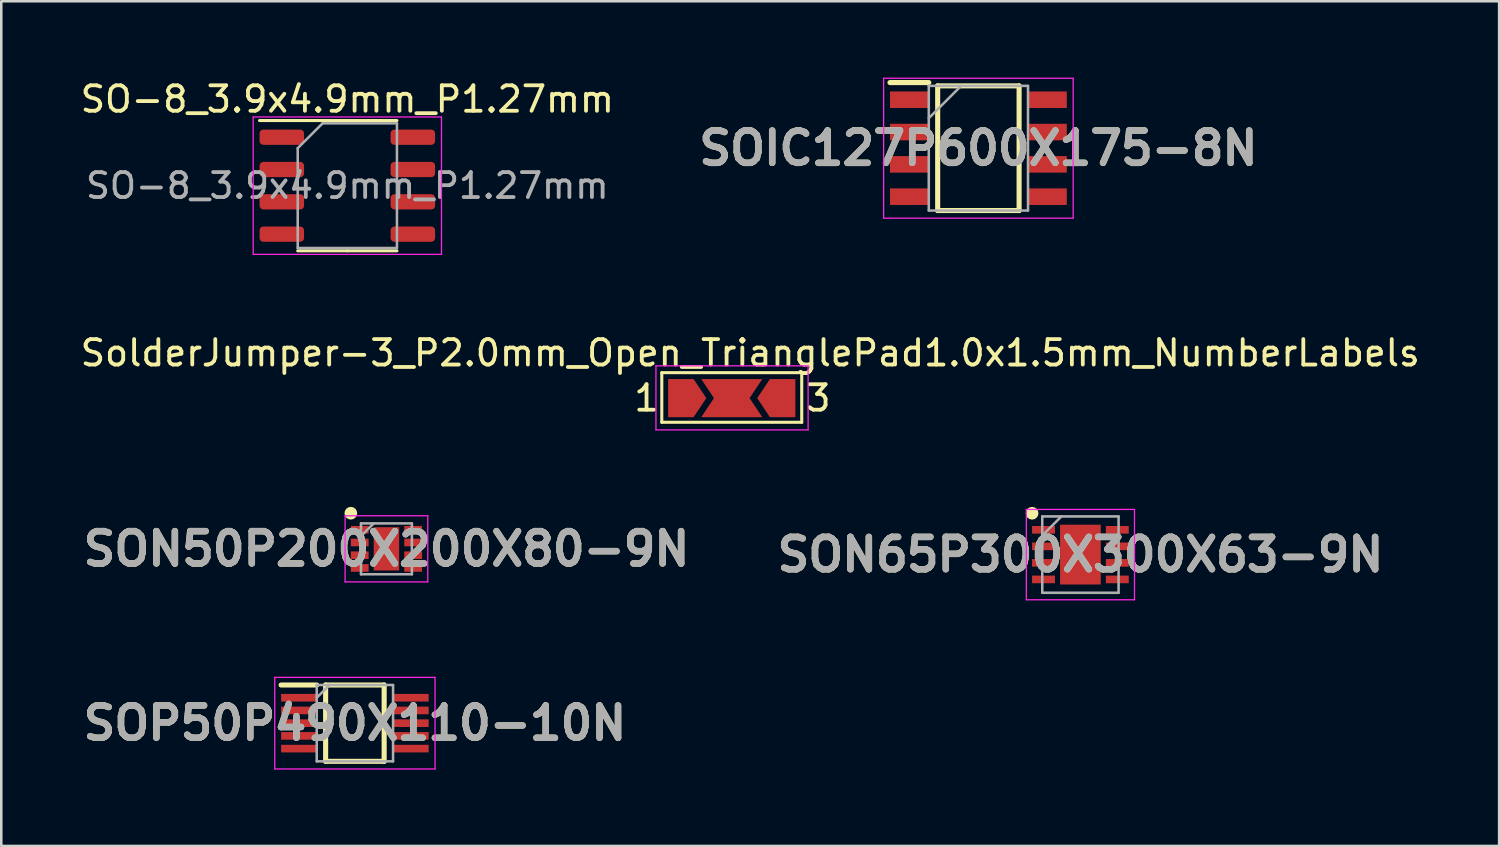
<source format=kicad_pcb>
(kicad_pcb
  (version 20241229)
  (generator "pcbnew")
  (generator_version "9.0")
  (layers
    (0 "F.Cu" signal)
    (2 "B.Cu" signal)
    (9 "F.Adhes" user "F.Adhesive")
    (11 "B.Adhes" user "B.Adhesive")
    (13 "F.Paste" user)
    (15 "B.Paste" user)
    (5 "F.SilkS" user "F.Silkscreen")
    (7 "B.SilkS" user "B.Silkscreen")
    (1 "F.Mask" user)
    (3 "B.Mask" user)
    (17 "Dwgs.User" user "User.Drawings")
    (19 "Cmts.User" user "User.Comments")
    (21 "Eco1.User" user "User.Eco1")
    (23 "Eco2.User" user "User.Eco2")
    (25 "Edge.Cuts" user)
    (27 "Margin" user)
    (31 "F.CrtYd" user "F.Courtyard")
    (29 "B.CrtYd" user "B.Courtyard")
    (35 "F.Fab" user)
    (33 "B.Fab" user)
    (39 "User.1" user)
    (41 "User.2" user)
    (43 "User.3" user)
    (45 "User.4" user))
  (footprint "SO-8_3.9x4.9mm_P1.27mm"
    (layer "F.Cu")
    (at 10.601 4.248)
    (property "Reference" "SO-8_3.9x4.9mm_P1.27mm" (at 0 -3.4 0) (layer "F.SilkS") (effects (font (size 1 1) (thickness 0.15))))
    (attr smd)
    (fp_line (start 0 -2.56) (end -3.45 -2.56) (stroke (width 0.12) (type solid)) (layer "F.SilkS"))
    (fp_line (start 0 -2.56) (end 1.95 -2.56) (stroke (width 0.12) (type solid)) (layer "F.SilkS"))
    (fp_line (start 0 2.56) (end -1.95 2.56) (stroke (width 0.12) (type solid)) (layer "F.SilkS"))
    (fp_line (start 0 2.56) (end 1.95 2.56) (stroke (width 0.12) (type solid)) (layer "F.SilkS"))
    (fp_line (start -3.7 -2.7) (end -3.7 2.7) (stroke (width 0.05) (type solid)) (layer "F.CrtYd"))
    (fp_line (start -3.7 2.7) (end 3.7 2.7) (stroke (width 0.05) (type solid)) (layer "F.CrtYd"))
    (fp_line (start 3.7 -2.7) (end -3.7 -2.7) (stroke (width 0.05) (type solid)) (layer "F.CrtYd"))
    (fp_line (start 3.7 2.7) (end 3.7 -2.7) (stroke (width 0.05) (type solid)) (layer "F.CrtYd"))
    (fp_line (start -1.95 -1.475) (end -0.975 -2.45) (stroke (width 0.1) (type solid)) (layer "F.Fab"))
    (fp_line (start -1.95 2.45) (end -1.95 -1.475) (stroke (width 0.1) (type solid)) (layer "F.Fab"))
    (fp_line (start -0.975 -2.45) (end 1.95 -2.45) (stroke (width 0.1) (type solid)) (layer "F.Fab"))
    (fp_line (start 1.95 -2.45) (end 1.95 2.45) (stroke (width 0.1) (type solid)) (layer "F.Fab"))
    (fp_line (start 1.95 2.45) (end -1.95 2.45) (stroke (width 0.1) (type solid)) (layer "F.Fab"))
    (fp_text user "${REFERENCE}" (at 0 0 0) (layer "F.Fab") (effects (font (size 0.98 0.98) (thickness 0.15))))
    (pad "1" smd roundrect (at -2.575 -1.905) (size 1.75 0.6) (layers "F.Cu" "F.Mask" "F.Paste") (roundrect_rratio 0.25))
    (pad "2" smd roundrect (at -2.575 -0.635) (size 1.75 0.6) (layers "F.Cu" "F.Mask" "F.Paste") (roundrect_rratio 0.25))
    (pad "3" smd roundrect (at -2.575 0.635) (size 1.75 0.6) (layers "F.Cu" "F.Mask" "F.Paste") (roundrect_rratio 0.25))
    (pad "4" smd roundrect (at -2.575 1.905) (size 1.75 0.6) (layers "F.Cu" "F.Mask" "F.Paste") (roundrect_rratio 0.25))
    (pad "5" smd roundrect (at 2.575 1.905) (size 1.75 0.6) (layers "F.Cu" "F.Mask" "F.Paste") (roundrect_rratio 0.25))
    (pad "6" smd roundrect (at 2.575 0.635) (size 1.75 0.6) (layers "F.Cu" "F.Mask" "F.Paste") (roundrect_rratio 0.25))
    (pad "7" smd roundrect (at 2.575 -0.635) (size 1.75 0.6) (layers "F.Cu" "F.Mask" "F.Paste") (roundrect_rratio 0.25))
    (pad "8" smd roundrect (at 2.575 -1.905) (size 1.75 0.6) (layers "F.Cu" "F.Mask" "F.Paste") (roundrect_rratio 0.25)))
  (footprint "SOIC127P600X175-8N"
    (layer "F.Cu")
    (at 35.403 2.775)
    (property "Reference" "SOIC127P600X175-8N" (at 0 0 0) (layer "F.SilkS") (effects (font (size 1.27 1.27) (thickness 0.254))))
    (attr smd)
    (fp_line (start -3.475 -2.58) (end -1.95 -2.58) (stroke (width 0.2) (type solid)) (layer "F.SilkS"))
    (fp_line (start -1.6 -2.45) (end 1.6 -2.45) (stroke (width 0.2) (type solid)) (layer "F.SilkS"))
    (fp_line (start -1.6 2.45) (end -1.6 -2.45) (stroke (width 0.2) (type solid)) (layer "F.SilkS"))
    (fp_line (start 1.6 -2.45) (end 1.6 2.45) (stroke (width 0.2) (type solid)) (layer "F.SilkS"))
    (fp_line (start 1.6 2.45) (end -1.6 2.45) (stroke (width 0.2) (type solid)) (layer "F.SilkS"))
    (fp_line (start -3.725 -2.75) (end 3.725 -2.75) (stroke (width 0.05) (type solid)) (layer "F.CrtYd"))
    (fp_line (start -3.725 2.75) (end -3.725 -2.75) (stroke (width 0.05) (type solid)) (layer "F.CrtYd"))
    (fp_line (start 3.725 -2.75) (end 3.725 2.75) (stroke (width 0.05) (type solid)) (layer "F.CrtYd"))
    (fp_line (start 3.725 2.75) (end -3.725 2.75) (stroke (width 0.05) (type solid)) (layer "F.CrtYd"))
    (fp_line (start -1.95 -2.45) (end 1.95 -2.45) (stroke (width 0.1) (type solid)) (layer "F.Fab"))
    (fp_line (start -1.95 -1.18) (end -0.68 -2.45) (stroke (width 0.1) (type solid)) (layer "F.Fab"))
    (fp_line (start -1.95 2.45) (end -1.95 -2.45) (stroke (width 0.1) (type solid)) (layer "F.Fab"))
    (fp_line (start 1.95 -2.45) (end 1.95 2.45) (stroke (width 0.1) (type solid)) (layer "F.Fab"))
    (fp_line (start 1.95 2.45) (end -1.95 2.45) (stroke (width 0.1) (type solid)) (layer "F.Fab"))
    (fp_text user "${REFERENCE}" (at 0 0 0) (layer "F.Fab") (effects (font (size 1.27 1.27) (thickness 0.254))))
    (pad "1" smd rect (at -2.712 -1.905 90) (size 0.65 1.525) (layers "F.Cu" "F.Mask" "F.Paste"))
    (pad "2" smd rect (at -2.712 -0.635 90) (size 0.65 1.525) (layers "F.Cu" "F.Mask" "F.Paste"))
    (pad "3" smd rect (at -2.712 0.635 90) (size 0.65 1.525) (layers "F.Cu" "F.Mask" "F.Paste"))
    (pad "4" smd rect (at -2.712 1.905 90) (size 0.65 1.525) (layers "F.Cu" "F.Mask" "F.Paste"))
    (pad "5" smd rect (at 2.712 1.905 90) (size 0.65 1.525) (layers "F.Cu" "F.Mask" "F.Paste"))
    (pad "6" smd rect (at 2.712 0.635 90) (size 0.65 1.525) (layers "F.Cu" "F.Mask" "F.Paste"))
    (pad "7" smd rect (at 2.712 -0.635 90) (size 0.65 1.525) (layers "F.Cu" "F.Mask" "F.Paste"))
    (pad "8" smd rect (at 2.712 -1.905 90) (size 0.65 1.525) (layers "F.Cu" "F.Mask" "F.Paste")))
  (footprint "SON50P200X200X80-9N"
    (layer "F.Cu")
    (at 12.138 18.521)
    (property "Reference" "SON50P200X200X80-9N" (at 0 0 0) (layer "F.SilkS") (effects (font (size 1.27 1.27) (thickness 0.254))))
    (attr smd)
    (fp_circle (center -1.4 -1.4) (end -1.4 -1.275) (stroke (width 0.25) (type solid)) (fill no) (layer "F.SilkS"))
    (fp_line (start -1.625 -1.3) (end 1.625 -1.3) (stroke (width 0.05) (type solid)) (layer "F.CrtYd"))
    (fp_line (start -1.625 1.3) (end -1.625 -1.3) (stroke (width 0.05) (type solid)) (layer "F.CrtYd"))
    (fp_line (start 1.625 -1.3) (end 1.625 1.3) (stroke (width 0.05) (type solid)) (layer "F.CrtYd"))
    (fp_line (start 1.625 1.3) (end -1.625 1.3) (stroke (width 0.05) (type solid)) (layer "F.CrtYd"))
    (fp_line (start -1 -1) (end 1 -1) (stroke (width 0.1) (type solid)) (layer "F.Fab"))
    (fp_line (start -1 -0.5) (end -0.5 -1) (stroke (width 0.1) (type solid)) (layer "F.Fab"))
    (fp_line (start -1 1) (end -1 -1) (stroke (width 0.1) (type solid)) (layer "F.Fab"))
    (fp_line (start 1 -1) (end 1 1) (stroke (width 0.1) (type solid)) (layer "F.Fab"))
    (fp_line (start 1 1) (end -1 1) (stroke (width 0.1) (type solid)) (layer "F.Fab"))
    (fp_text user "${REFERENCE}" (at 0 0 0) (layer "F.Fab") (effects (font (size 1.27 1.27) (thickness 0.254))))
    (pad "1" smd rect (at -1.05 -0.75 90) (size 0.3 0.7) (layers "F.Cu" "F.Mask" "F.Paste"))
    (pad "2" smd rect (at -1.05 -0.25 90) (size 0.3 0.7) (layers "F.Cu" "F.Mask" "F.Paste"))
    (pad "3" smd rect (at -1.05 0.25 90) (size 0.3 0.7) (layers "F.Cu" "F.Mask" "F.Paste"))
    (pad "4" smd rect (at -1.05 0.75 90) (size 0.3 0.7) (layers "F.Cu" "F.Mask" "F.Paste"))
    (pad "5" smd rect (at 1.05 0.75 90) (size 0.3 0.7) (layers "F.Cu" "F.Mask" "F.Paste"))
    (pad "6" smd rect (at 1.05 0.25 90) (size 0.3 0.7) (layers "F.Cu" "F.Mask" "F.Paste"))
    (pad "7" smd rect (at 1.05 -0.25 90) (size 0.3 0.7) (layers "F.Cu" "F.Mask" "F.Paste"))
    (pad "8" smd rect (at 1.05 -0.75 90) (size 0.3 0.7) (layers "F.Cu" "F.Mask" "F.Paste"))
    (pad "9" smd rect (at 0 0) (size 1 1.7) (layers "F.Cu" "F.Mask" "F.Paste")))
  (footprint "SolderJumper-3_P2.0mm_Open_TrianglePad1.0x1.5mm_NumberLabels"
    (layer "F.Cu")
    (at 25.71 12.597)
    (property "Reference" "SolderJumper-3_P2.0mm_Open_TrianglePad1.0x1.5mm_NumberLabels" (at 0.725 -1.775 0) (layer "F.SilkS") (effects (font (size 1 1) (thickness 0.15))))
    (attr exclude_from_pos_files exclude_from_bom)
    (fp_line (start -2.75 -1) (end 2.75 -1) (stroke (width 0.12) (type solid)) (layer "F.SilkS"))
    (fp_line (start -2.75 0.95) (end -2.75 -1) (stroke (width 0.12) (type solid)) (layer "F.SilkS"))
    (fp_line (start 2.75 -1) (end 2.75 0.95) (stroke (width 0.12) (type solid)) (layer "F.SilkS"))
    (fp_line (start 2.75 0.95) (end -2.75 0.95) (stroke (width 0.12) (type solid)) (layer "F.SilkS"))
    (fp_line (start -2.98 -1.27) (end -2.98 1.25) (stroke (width 0.05) (type solid)) (layer "F.CrtYd"))
    (fp_line (start -2.98 -1.27) (end 3 -1.27) (stroke (width 0.05) (type solid)) (layer "F.CrtYd"))
    (fp_line (start 3 1.25) (end -2.98 1.25) (stroke (width 0.05) (type solid)) (layer "F.CrtYd"))
    (fp_line (start 3 1.25) (end 3 -1.27) (stroke (width 0.05) (type solid)) (layer "F.CrtYd"))
    (fp_text user "3" (at 3.4 0 0) (layer "F.SilkS") (effects (font (size 1 1) (thickness 0.15))))
    (fp_text user "1" (at -3.35 0 0) (layer "F.SilkS") (effects (font (size 1 1) (thickness 0.15))))
    (pad "" smd rect (at -1.2 0) (size 1.5 1.5) (layers "F.Mask"))
    (pad "" smd rect (at 1.2 0) (size 1.5 1.5) (layers "F.Mask"))
    (pad "1" smd custom (at -2 0) (size 0.3 0.3) (layers "F.Cu" "F.Mask") (options (anchor rect)) (primitives (gr_poly (pts (xy -0.5 -0.75) (xy 0.5 -0.75) (xy 1 0) (xy 0.5 0.75) (xy -0.5 0.75)) (width 0) (fill yes))))
    (pad "2" smd custom (at 0 0) (size 0.3 0.3) (layers "F.Cu") (options (anchor rect)) (primitives (gr_poly (pts (xy -1.2 -0.75) (xy 1.2 -0.75) (xy 0.7 0) (xy 1.2 0.75) (xy -1.2 0.75) (xy -0.7 0)) (width 0) (fill yes))))
    (pad "3" smd custom (at 2 0 180) (size 0.3 0.3) (layers "F.Cu" "F.Mask") (options (anchor rect)) (primitives (gr_poly (pts (xy -0.5 -0.75) (xy 0.5 -0.75) (xy 1 0) (xy 0.5 0.75) (xy -0.5 0.75)) (width 0) (fill yes)))))
  (footprint "SON65P300X300X63-9N"
    (layer "F.Cu")
    (at 39.413 18.747)
    (property "Reference" "SON65P300X300X63-9N" (at 0 0 0) (layer "F.SilkS") (effects (font (size 1.27 1.27) (thickness 0.254))))
    (attr smd)
    (fp_circle (center -1.9 -1.625) (end -1.9 -1.5) (stroke (width 0.25) (type solid)) (fill no) (layer "F.SilkS"))
    (fp_line (start -2.125 -1.775) (end 2.125 -1.775) (stroke (width 0.05) (type solid)) (layer "F.CrtYd"))
    (fp_line (start -2.125 1.775) (end -2.125 -1.775) (stroke (width 0.05) (type solid)) (layer "F.CrtYd"))
    (fp_line (start 2.125 -1.775) (end 2.125 1.775) (stroke (width 0.05) (type solid)) (layer "F.CrtYd"))
    (fp_line (start 2.125 1.775) (end -2.125 1.775) (stroke (width 0.05) (type solid)) (layer "F.CrtYd"))
    (fp_line (start -1.5 -1.5) (end 1.5 -1.5) (stroke (width 0.1) (type solid)) (layer "F.Fab"))
    (fp_line (start -1.5 -0.75) (end -0.75 -1.5) (stroke (width 0.1) (type solid)) (layer "F.Fab"))
    (fp_line (start -1.5 1.5) (end -1.5 -1.5) (stroke (width 0.1) (type solid)) (layer "F.Fab"))
    (fp_line (start 1.5 -1.5) (end 1.5 1.5) (stroke (width 0.1) (type solid)) (layer "F.Fab"))
    (fp_line (start 1.5 1.5) (end -1.5 1.5) (stroke (width 0.1) (type solid)) (layer "F.Fab"))
    (fp_text user "${REFERENCE}" (at 0 0 0) (layer "F.Fab") (effects (font (size 1.27 1.27) (thickness 0.254))))
    (pad "1" smd rect (at -1.45 -0.975 90) (size 0.3 0.9) (layers "F.Cu" "F.Mask" "F.Paste"))
    (pad "2" smd rect (at -1.45 -0.325 90) (size 0.3 0.9) (layers "F.Cu" "F.Mask" "F.Paste"))
    (pad "3" smd rect (at -1.45 0.325 90) (size 0.3 0.9) (layers "F.Cu" "F.Mask" "F.Paste"))
    (pad "4" smd rect (at -1.45 0.975 90) (size 0.3 0.9) (layers "F.Cu" "F.Mask" "F.Paste"))
    (pad "5" smd rect (at 1.45 0.975 90) (size 0.3 0.9) (layers "F.Cu" "F.Mask" "F.Paste"))
    (pad "6" smd rect (at 1.45 0.325 90) (size 0.3 0.9) (layers "F.Cu" "F.Mask" "F.Paste"))
    (pad "7" smd rect (at 1.45 -0.325 90) (size 0.3 0.9) (layers "F.Cu" "F.Mask" "F.Paste"))
    (pad "8" smd rect (at 1.45 -0.975 90) (size 0.3 0.9) (layers "F.Cu" "F.Mask" "F.Paste"))
    (pad "9" smd rect (at 0 0) (size 1.6 2.35) (layers "F.Cu" "F.Mask" "F.Paste")))
  (footprint "SOP50P490X110-10N"
    (layer "F.Cu")
    (at 10.898 25.372)
    (property "Reference" "SOP50P490X110-10N" (at 0 0 0) (layer "F.SilkS") (effects (font (size 1.27 1.27) (thickness 0.254))))
    (attr smd)
    (fp_line (start -2.9 -1.5) (end -1.5 -1.5) (stroke (width 0.2) (type solid)) (layer "F.SilkS"))
    (fp_line (start -1.15 -1.5) (end 1.15 -1.5) (stroke (width 0.2) (type solid)) (layer "F.SilkS"))
    (fp_line (start -1.15 1.5) (end -1.15 -1.5) (stroke (width 0.2) (type solid)) (layer "F.SilkS"))
    (fp_line (start 1.15 -1.5) (end 1.15 1.5) (stroke (width 0.2) (type solid)) (layer "F.SilkS"))
    (fp_line (start 1.15 1.5) (end -1.15 1.5) (stroke (width 0.2) (type solid)) (layer "F.SilkS"))
    (fp_line (start -3.15 -1.8) (end 3.15 -1.8) (stroke (width 0.05) (type solid)) (layer "F.CrtYd"))
    (fp_line (start -3.15 1.8) (end -3.15 -1.8) (stroke (width 0.05) (type solid)) (layer "F.CrtYd"))
    (fp_line (start 3.15 -1.8) (end 3.15 1.8) (stroke (width 0.05) (type solid)) (layer "F.CrtYd"))
    (fp_line (start 3.15 1.8) (end -3.15 1.8) (stroke (width 0.05) (type solid)) (layer "F.CrtYd"))
    (fp_line (start -1.5 -1.5) (end 1.5 -1.5) (stroke (width 0.1) (type solid)) (layer "F.Fab"))
    (fp_line (start -1.5 -1) (end -1 -1.5) (stroke (width 0.1) (type solid)) (layer "F.Fab"))
    (fp_line (start -1.5 1.5) (end -1.5 -1.5) (stroke (width 0.1) (type solid)) (layer "F.Fab"))
    (fp_line (start 1.5 -1.5) (end 1.5 1.5) (stroke (width 0.1) (type solid)) (layer "F.Fab"))
    (fp_line (start 1.5 1.5) (end -1.5 1.5) (stroke (width 0.1) (type solid)) (layer "F.Fab"))
    (fp_text user "${REFERENCE}" (at 0 0 0) (layer "F.Fab") (effects (font (size 1.27 1.27) (thickness 0.254))))
    (pad "1" smd rect (at -2.2 -1 90) (size 0.3 1.4) (layers "F.Cu" "F.Mask" "F.Paste"))
    (pad "2" smd rect (at -2.2 -0.5 90) (size 0.3 1.4) (layers "F.Cu" "F.Mask" "F.Paste"))
    (pad "3" smd rect (at -2.2 0 90) (size 0.3 1.4) (layers "F.Cu" "F.Mask" "F.Paste"))
    (pad "4" smd rect (at -2.2 0.5 90) (size 0.3 1.4) (layers "F.Cu" "F.Mask" "F.Paste"))
    (pad "5" smd rect (at -2.2 1 90) (size 0.3 1.4) (layers "F.Cu" "F.Mask" "F.Paste"))
    (pad "6" smd rect (at 2.2 1 90) (size 0.3 1.4) (layers "F.Cu" "F.Mask" "F.Paste"))
    (pad "7" smd rect (at 2.2 0.5 90) (size 0.3 1.4) (layers "F.Cu" "F.Mask" "F.Paste"))
    (pad "8" smd rect (at 2.2 0 90) (size 0.3 1.4) (layers "F.Cu" "F.Mask" "F.Paste"))
    (pad "9" smd rect (at 2.2 -0.5 90) (size 0.3 1.4) (layers "F.Cu" "F.Mask" "F.Paste"))
    (pad "10" smd rect (at 2.2 -1 90) (size 0.3 1.4) (layers "F.Cu" "F.Mask" "F.Paste")))
  (gr_rect
    (start -3 -3)
    (end 55.869 30.197)
    (stroke (width 0.1) (type default))
    (fill no)
    (layer "Edge.Cuts")))
</source>
